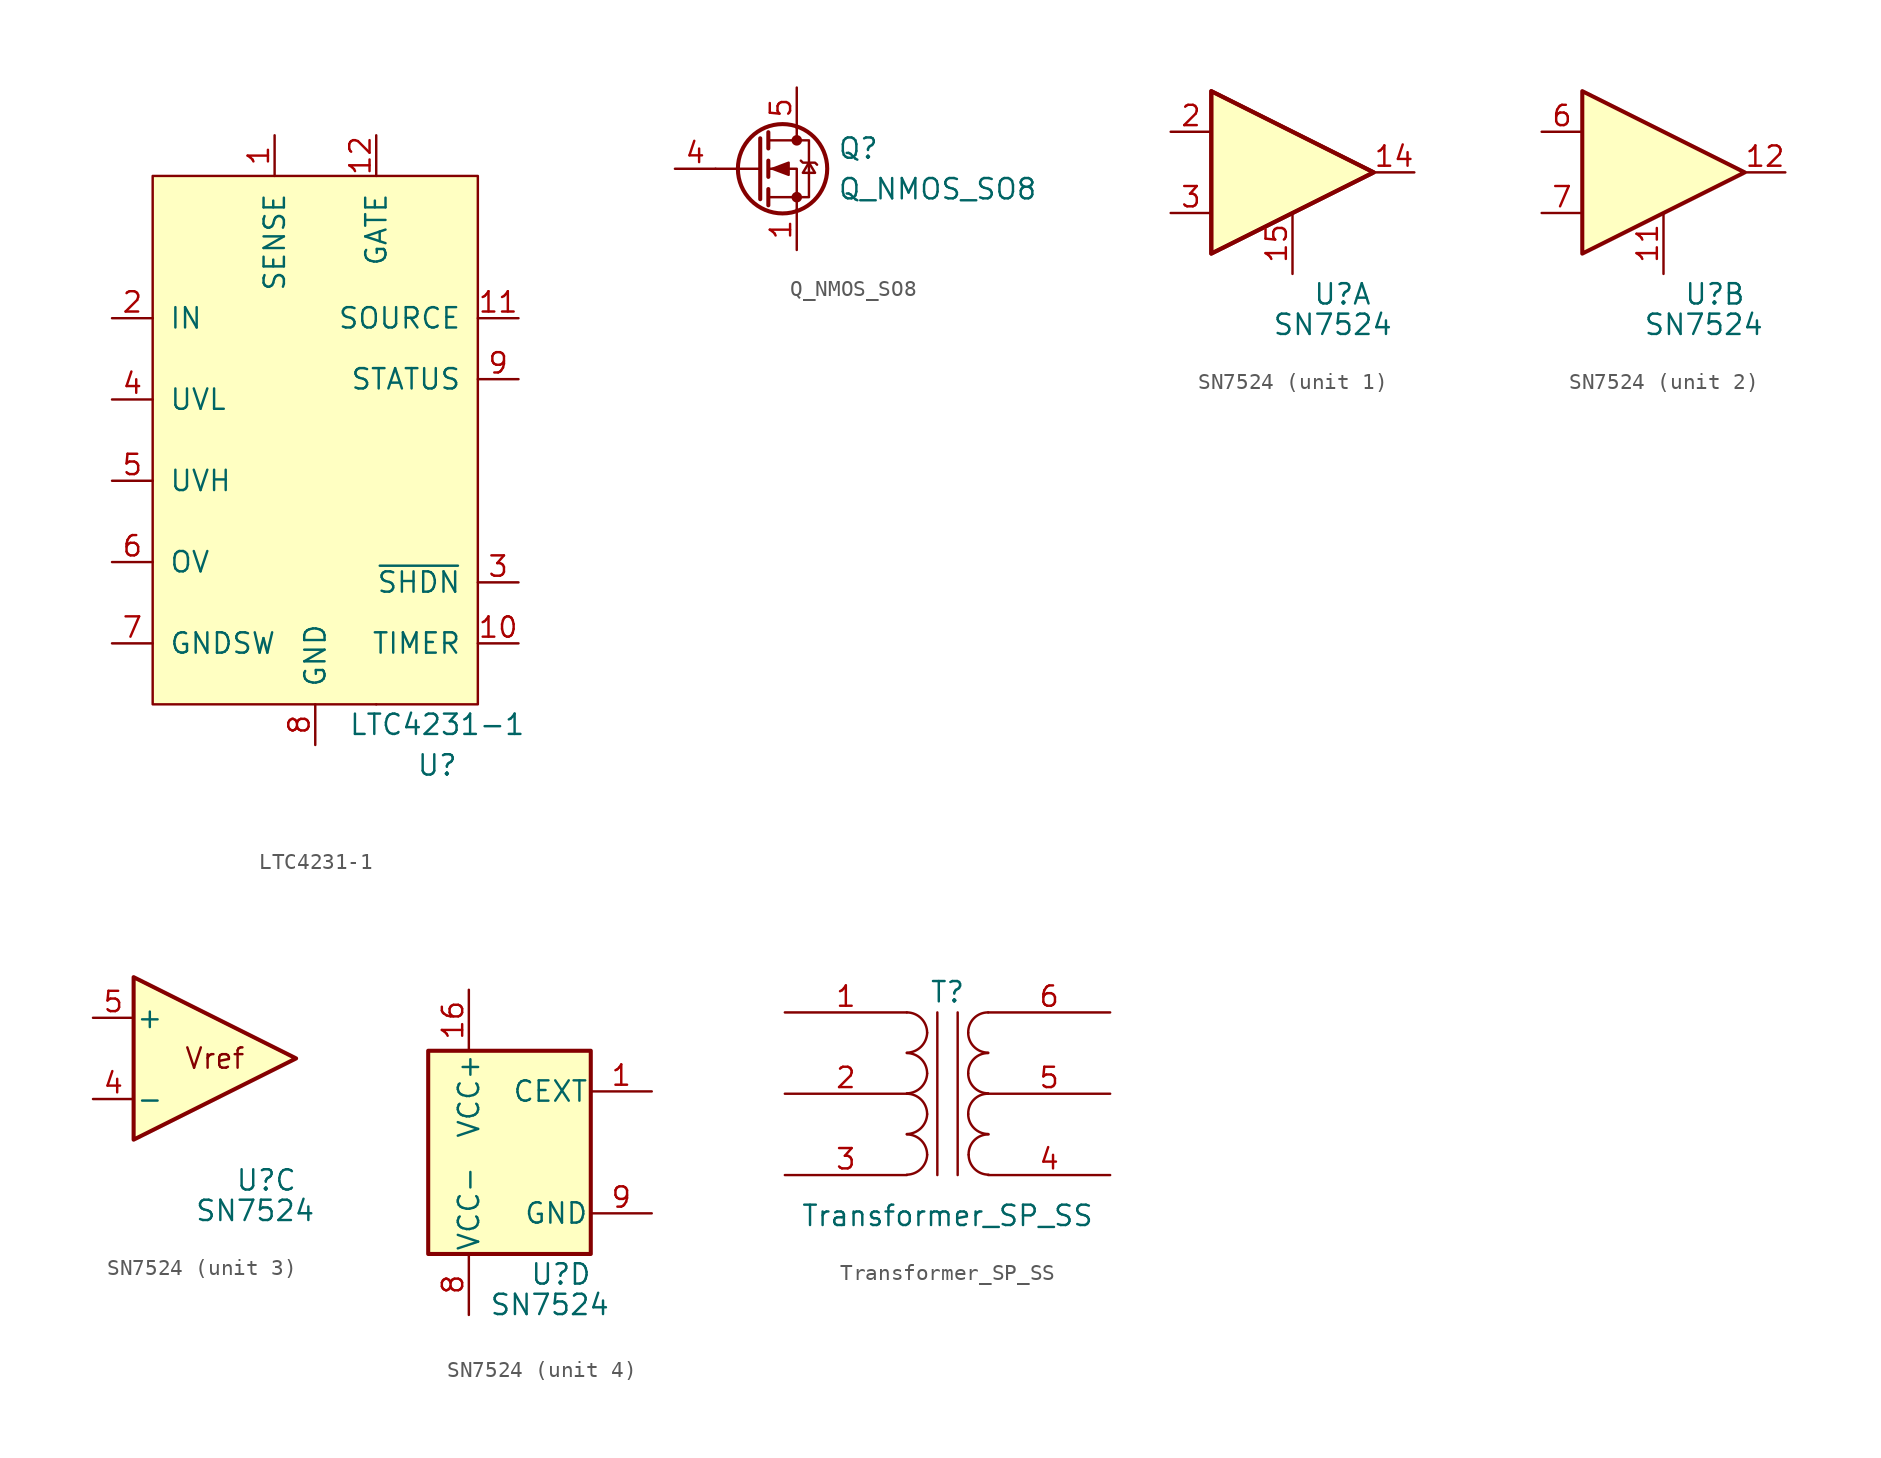
<source format=kicad_sym>
(kicad_symbol_lib
  (version 20211014)
  (generator kicad_symbol_editor)
  (symbol "LTC4231-1"
    (pin_names
      (offset 1.016))
    (property "Reference" "U"
      (at 7.62 -20.32 0)
      (effects (font (size 1.27 1.27))))
    (property "Value" "LTC4231-1"
      (at 7.62 -17.78 0)
      (effects (font (size 1.27 1.27))))
    (symbol "LTC4231-1_0_1"
      (rectangle (start -10.16 16.51) (end 10.16 -16.51) (stroke (width 0) (type default) (color 0 0 0 0)) (fill (type background)))
      (rectangle (start 3.81 -16.51) (end 3.81 -16.51) (stroke (width 0) (type default) (color 0 0 0 0)) (fill (type none))))
    (symbol "LTC4231-1_1_1"
      (pin input line (at -2.54 19.05 270) (length 2.54) (name "SENSE" (effects (font (size 1.27 1.27)))) (number "1" (effects (font (size 1.27 1.27)))))
      (pin input line (at 12.7 -12.7 180) (length 2.54) (name "TIMER" (effects (font (size 1.27 1.27)))) (number "10" (effects (font (size 1.27 1.27)))))
      (pin input line (at 12.7 7.62 180) (length 2.54) (name "SOURCE" (effects (font (size 1.27 1.27)))) (number "11" (effects (font (size 1.27 1.27)))))
      (pin output line (at 3.81 19.05 270) (length 2.54) (name "GATE" (effects (font (size 1.27 1.27)))) (number "12" (effects (font (size 1.27 1.27)))))
      (pin input line (at -12.7 7.62 0) (length 2.54) (name "IN" (effects (font (size 1.27 1.27)))) (number "2" (effects (font (size 1.27 1.27)))))
      (pin input line (at 12.7 -8.89 180) (length 2.54) (name "~{SHDN}" (effects (font (size 1.27 1.27)))) (number "3" (effects (font (size 1.27 1.27)))))
      (pin input line (at -12.7 2.54 0) (length 2.54) (name "UVL" (effects (font (size 1.27 1.27)))) (number "4" (effects (font (size 1.27 1.27)))))
      (pin input line (at -12.7 -2.54 0) (length 2.54) (name "UVH" (effects (font (size 1.27 1.27)))) (number "5" (effects (font (size 1.27 1.27)))))
      (pin input line (at -12.7 -7.62 0) (length 2.54) (name "OV" (effects (font (size 1.27 1.27)))) (number "6" (effects (font (size 1.27 1.27)))))
      (pin input line (at -12.7 -12.7 0) (length 2.54) (name "GNDSW" (effects (font (size 1.27 1.27)))) (number "7" (effects (font (size 1.27 1.27)))))
      (pin power_in line (at 0 -19.05 90) (length 2.54) (name "GND" (effects (font (size 1.27 1.27)))) (number "8" (effects (font (size 1.27 1.27)))))
      (pin input line (at 12.7 3.81 180) (length 2.54) (name "STATUS" (effects (font (size 1.27 1.27)))) (number "9" (effects (font (size 1.27 1.27)))))))
  (symbol "Q_NMOS_SO8"
    (pin_names
      (offset 0) hide)
    (property "Reference" "Q"
      (at 5.08 1.27 0)
      (effects (font (size 1.27 1.27)) (justify left)))
    (property "Value" "Q_NMOS_SO8"
      (at 5.08 -1.27 0)
      (effects (font (size 1.27 1.27)) (justify left)))
    (symbol "Q_NMOS_SO8_0_1"
      (polyline (pts (xy 0.254 0) (xy -2.54 0)) (stroke (width 0) (type default) (color 0 0 0 0)) (fill (type none)))
      (polyline (pts (xy 0.254 1.905) (xy 0.254 -1.905)) (stroke (width 0.254) (type default) (color 0 0 0 0)) (fill (type none)))
      (polyline (pts (xy 0.762 -1.27) (xy 0.762 -2.286)) (stroke (width 0.254) (type default) (color 0 0 0 0)) (fill (type none)))
      (polyline (pts (xy 0.762 0.508) (xy 0.762 -0.508)) (stroke (width 0.254) (type default) (color 0 0 0 0)) (fill (type none)))
      (polyline (pts (xy 0.762 2.286) (xy 0.762 1.27)) (stroke (width 0.254) (type default) (color 0 0 0 0)) (fill (type none)))
      (polyline (pts (xy 2.54 2.54) (xy 2.54 1.778)) (stroke (width 0) (type default) (color 0 0 0 0)) (fill (type none)))
      (polyline (pts (xy 2.54 -2.54) (xy 2.54 0) (xy 0.762 0)) (stroke (width 0) (type default) (color 0 0 0 0)) (fill (type none)))
      (polyline (pts (xy 0.762 -1.778) (xy 3.302 -1.778) (xy 3.302 1.778) (xy 0.762 1.778)) (stroke (width 0) (type default) (color 0 0 0 0)) (fill (type none)))
      (polyline (pts (xy 1.016 0) (xy 2.032 0.381) (xy 2.032 -0.381) (xy 1.016 0)) (stroke (width 0) (type default) (color 0 0 0 0)) (fill (type outline)))
      (polyline (pts (xy 2.794 0.508) (xy 2.921 0.381) (xy 3.683 0.381) (xy 3.81 0.254)) (stroke (width 0) (type default) (color 0 0 0 0)) (fill (type none)))
      (polyline (pts (xy 3.302 0.381) (xy 2.921 -0.254) (xy 3.683 -0.254) (xy 3.302 0.381)) (stroke (width 0) (type default) (color 0 0 0 0)) (fill (type none)))
      (circle (center 1.651 0) (radius 2.794) (stroke (width 0.254) (type default) (color 0 0 0 0)) (fill (type none)))
      (circle (center 2.54 -1.778) (radius 0.254) (stroke (width 0) (type default) (color 0 0 0 0)) (fill (type outline)))
      (circle (center 2.54 1.778) (radius 0.254) (stroke (width 0) (type default) (color 0 0 0 0)) (fill (type outline))))
    (symbol "Q_NMOS_SO8_1_1"
      (pin passive line (at 2.54 -5.08 90) (length 2.54) (name "S" (effects (font (size 1.27 1.27)))) (number "1" (effects (font (size 1.27 1.27)))))
      (pin passive line (at 2.54 -5.08 90) (length 2.54) hide (name "S" (effects (font (size 1.27 1.27)))) (number "2" (effects (font (size 1.27 1.27)))))
      (pin passive line (at 2.54 -5.08 90) (length 2.54) hide (name "S" (effects (font (size 1.27 1.27)))) (number "3" (effects (font (size 1.27 1.27)))))
      (pin input line (at -5.08 0 0) (length 2.54) (name "G" (effects (font (size 1.27 1.27)))) (number "4" (effects (font (size 1.27 1.27)))))
      (pin passive line (at 2.54 5.08 270) (length 2.54) (name "D" (effects (font (size 1.27 1.27)))) (number "5" (effects (font (size 1.27 1.27)))))
      (pin passive line (at 2.54 5.08 270) (length 2.54) hide (name "D" (effects (font (size 1.27 1.27)))) (number "6" (effects (font (size 1.27 1.27)))))
      (pin passive line (at 2.54 5.08 270) (length 2.54) hide (name "D" (effects (font (size 1.27 1.27)))) (number "7" (effects (font (size 1.27 1.27)))))
      (pin passive line (at 2.54 5.08 270) (length 2.54) hide (name "D" (effects (font (size 1.27 1.27)))) (number "8" (effects (font (size 1.27 1.27)))))))
  (symbol "SN7524"
    (pin_names
      (offset 0.127))
    (property "Reference" "U"
      (at 1.27 -7.62 0)
      (effects (font (size 1.27 1.27)) (justify left)))
    (property "Value" "SN7524"
      (at -1.27 -9.525 0)
      (effects (font (size 1.27 1.27)) (justify left)))
    (property "ki_locked" ""
      (at 0 0 0)
      (effects (font (size 1.27 1.27))))
    (symbol "SN7524_1_1"
      (polyline (pts (xy -5.08 5.08) (xy 5.08 0) (xy -5.08 -5.08) (xy -5.08 5.08)) (stroke (width 0.254) (type default) (color 0 0 0 0)) (fill (type background)))
      (polyline (pts (xy -5.08 5.08) (xy 5.08 0) (xy -5.08 -5.08) (xy -5.08 5.08)) (stroke (width 0.254) (type default) (color 0 0 0 0)) (fill (type background)))
      (pin output line (at 7.62 0 180) (length 2.54) (name "~" (effects (font (size 1.27 1.27)))) (number "14" (effects (font (size 1.27 1.27)))))
      (pin input line (at 0 -6.35 90) (length 3.81) (name "~" (effects (font (size 1.27 1.27)))) (number "15" (effects (font (size 1.27 1.27)))))
      (pin input line (at -7.62 2.54 0) (length 2.54) (name "~" (effects (font (size 1.27 1.27)))) (number "2" (effects (font (size 1.27 1.27)))))
      (pin input line (at -7.62 -2.54 0) (length 2.54) (name "~" (effects (font (size 1.27 1.27)))) (number "3" (effects (font (size 1.27 1.27))))))
    (symbol "SN7524_2_0"
      (polyline (pts (xy -5.08 5.08) (xy -5.08 -5.08) (xy 5.08 0) (xy -5.08 5.08)) (stroke (width 0.254) (type default) (color 0 0 0 0)) (fill (type background))))
    (symbol "SN7524_2_1"
      (pin input line (at 0 -6.35 90) (length 3.81) (name "~" (effects (font (size 1.27 1.27)))) (number "11" (effects (font (size 1.27 1.27)))))
      (pin output line (at 7.62 0 180) (length 2.54) (name "~" (effects (font (size 1.27 1.27)))) (number "12" (effects (font (size 1.27 1.27)))))
      (pin input line (at -7.62 2.54 0) (length 2.54) (name "~" (effects (font (size 1.27 1.27)))) (number "6" (effects (font (size 1.27 1.27)))))
      (pin input line (at -7.62 -2.54 0) (length 2.54) (name "~" (effects (font (size 1.27 1.27)))) (number "7" (effects (font (size 1.27 1.27))))))
    (symbol "SN7524_3_0"
      (polyline (pts (xy -5.08 5.08) (xy -5.08 -5.08) (xy 5.08 0) (xy -5.08 5.08)) (stroke (width 0.254) (type default) (color 0 0 0 0)) (fill (type background)))
      (text "Vref" (at 0 0 0) (effects (font (size 1.27 1.27)))))
    (symbol "SN7524_3_1"
      (pin input line (at -7.62 -2.54 0) (length 2.54) (name "-" (effects (font (size 1.27 1.27)))) (number "4" (effects (font (size 1.27 1.27)))))
      (pin input line (at -7.62 2.54 0) (length 2.54) (name "+" (effects (font (size 1.27 1.27)))) (number "5" (effects (font (size 1.27 1.27))))))
    (symbol "SN7524_4_0"
      (rectangle (start -5.08 6.35) (end 5.08 -6.35) (stroke (width 0.254) (type default) (color 0 0 0 0)) (fill (type background))))
    (symbol "SN7524_4_1"
      (pin input line (at 8.89 3.81 180) (length 3.81) (name "CEXT" (effects (font (size 1.27 1.27)))) (number "1" (effects (font (size 1.27 1.27)))))
      (pin no_connect line (at 5.08 0 0) (length 0) hide (name "~" (effects (font (size 1.27 1.27)))) (number "10" (effects (font (size 1.27 1.27)))))
      (pin power_in line (at 8.89 -3.81 180) (length 3.81) hide (name "GND" (effects (font (size 1.27 1.27)))) (number "13" (effects (font (size 1.27 1.27)))))
      (pin power_in line (at -2.54 10.16 270) (length 3.81) (name "VCC+" (effects (font (size 1.27 1.27)))) (number "16" (effects (font (size 1.27 1.27)))))
      (pin power_in line (at -2.54 -10.16 90) (length 3.81) (name "VCC-" (effects (font (size 1.27 1.27)))) (number "8" (effects (font (size 1.27 1.27)))))
      (pin power_in line (at 8.89 -3.81 180) (length 3.81) (name "GND" (effects (font (size 1.27 1.27)))) (number "9" (effects (font (size 1.27 1.27)))))))
  (symbol "Transformer_SP_SS"
    (pin_names
      (offset 1.016) hide)
    (property "Reference" "T"
      (at 0 6.35 0)
      (effects (font (size 1.27 1.27))))
    (property "Value" "Transformer_SP_SS"
      (at 0 -7.62 0)
      (effects (font (size 1.27 1.27))))
    (symbol "Transformer_SP_SS_0_1"
      (arc (start -2.54 -5.0546) (mid -1.6561 -4.6863) (end -1.27 -3.81) (stroke (width 0) (type default) (color 0 0 0 0)) (fill (type none)))
      (arc (start -2.54 -2.5146) (mid -1.6561 -2.1463) (end -1.27 -1.27) (stroke (width 0) (type default) (color 0 0 0 0)) (fill (type none)))
      (arc (start -2.54 0.0254) (mid -1.6561 0.3937) (end -1.27 1.27) (stroke (width 0) (type default) (color 0 0 0 0)) (fill (type none)))
      (arc (start -2.54 2.5654) (mid -1.6561 2.9337) (end -1.27 3.81) (stroke (width 0) (type default) (color 0 0 0 0)) (fill (type none)))
      (arc (start -1.27 -3.81) (mid -1.642 -2.912) (end -2.54 -2.54) (stroke (width 0) (type default) (color 0 0 0 0)) (fill (type none)))
      (arc (start -1.27 -1.27) (mid -1.642 -0.372) (end -2.54 0) (stroke (width 0) (type default) (color 0 0 0 0)) (fill (type none)))
      (arc (start -1.27 1.27) (mid -1.642 2.168) (end -2.54 2.54) (stroke (width 0) (type default) (color 0 0 0 0)) (fill (type none)))
      (arc (start -1.27 3.81) (mid -1.642 4.708) (end -2.54 5.08) (stroke (width 0) (type default) (color 0 0 0 0)) (fill (type none)))
      (polyline (pts (xy -0.635 5.08) (xy -0.635 -5.08)) (stroke (width 0) (type default) (color 0 0 0 0)) (fill (type none)))
      (polyline (pts (xy 0.635 -5.08) (xy 0.635 5.08)) (stroke (width 0) (type default) (color 0 0 0 0)) (fill (type none)))
      (arc (start 1.2954 -1.27) (mid 1.6599 -2.1501) (end 2.54 -2.5146) (stroke (width 0) (type default) (color 0 0 0 0)) (fill (type none)))
      (arc (start 1.2954 1.27) (mid 1.6599 0.3899) (end 2.54 0.0254) (stroke (width 0) (type default) (color 0 0 0 0)) (fill (type none)))
      (arc (start 1.2954 3.81) (mid 1.6599 2.9299) (end 2.54 2.5654) (stroke (width 0) (type default) (color 0 0 0 0)) (fill (type none)))
      (arc (start 1.3208 -3.81) (mid 1.6853 -4.6901) (end 2.5654 -5.0546) (stroke (width 0) (type default) (color 0 0 0 0)) (fill (type none)))
      (arc (start 2.54 0) (mid 1.6456 -0.3683) (end 1.2954 -1.27) (stroke (width 0) (type default) (color 0 0 0 0)) (fill (type none)))
      (arc (start 2.54 2.54) (mid 1.6456 2.1717) (end 1.2954 1.27) (stroke (width 0) (type default) (color 0 0 0 0)) (fill (type none)))
      (arc (start 2.54 5.08) (mid 1.6456 4.7117) (end 1.2954 3.81) (stroke (width 0) (type default) (color 0 0 0 0)) (fill (type none)))
      (arc (start 2.5654 -2.54) (mid 1.671 -2.9083) (end 1.3208 -3.81) (stroke (width 0) (type default) (color 0 0 0 0)) (fill (type none))))
    (symbol "Transformer_SP_SS_1_1"
      (pin passive line (at -10.16 5.08 0) (length 7.62) (name "P1" (effects (font (size 1.27 1.27)))) (number "1" (effects (font (size 1.27 1.27)))))
      (pin passive line (at -10.16 0 0) (length 7.62) (name "PM" (effects (font (size 1.27 1.27)))) (number "2" (effects (font (size 1.27 1.27)))))
      (pin passive line (at -10.16 -5.08 0) (length 7.62) (name "P2" (effects (font (size 1.27 1.27)))) (number "3" (effects (font (size 1.27 1.27)))))
      (pin passive line (at 10.16 -5.08 180) (length 7.62) (name "S2" (effects (font (size 1.27 1.27)))) (number "4" (effects (font (size 1.27 1.27)))))
      (pin passive line (at 10.16 0 180) (length 7.62) (name "SM" (effects (font (size 1.27 1.27)))) (number "5" (effects (font (size 1.27 1.27)))))
      (pin passive line (at 10.16 5.08 180) (length 7.62) (name "S1" (effects (font (size 1.27 1.27)))) (number "6" (effects (font (size 1.27 1.27))))))))
</source>
